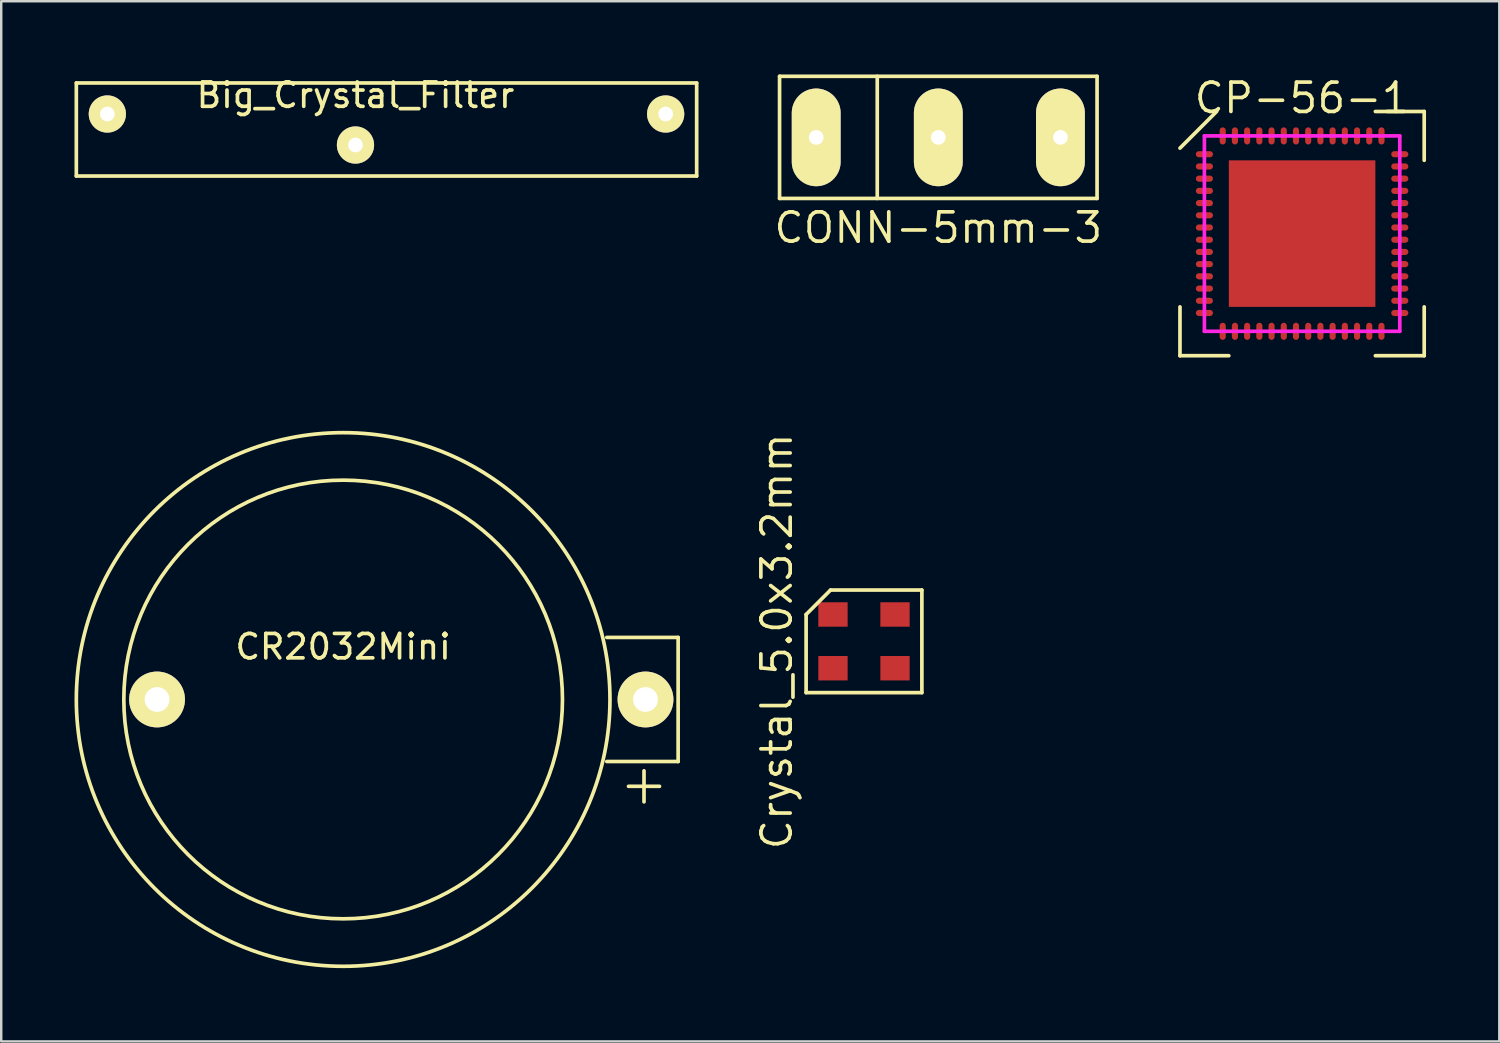
<source format=kicad_pcb>
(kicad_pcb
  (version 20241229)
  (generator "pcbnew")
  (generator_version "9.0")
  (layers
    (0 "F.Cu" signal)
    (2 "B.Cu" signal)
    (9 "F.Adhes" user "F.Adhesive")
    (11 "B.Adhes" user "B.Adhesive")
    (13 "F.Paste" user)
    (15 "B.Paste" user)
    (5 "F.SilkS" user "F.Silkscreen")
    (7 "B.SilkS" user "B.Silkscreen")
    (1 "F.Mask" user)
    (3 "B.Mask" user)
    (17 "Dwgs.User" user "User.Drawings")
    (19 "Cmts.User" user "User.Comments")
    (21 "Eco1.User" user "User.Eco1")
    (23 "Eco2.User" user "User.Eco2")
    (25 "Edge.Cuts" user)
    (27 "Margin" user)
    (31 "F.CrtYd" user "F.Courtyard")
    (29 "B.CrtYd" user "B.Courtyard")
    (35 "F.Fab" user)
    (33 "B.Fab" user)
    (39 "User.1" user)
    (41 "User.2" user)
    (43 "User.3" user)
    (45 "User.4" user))
  (footprint "CR2032Mini"
    (layer "F.Cu")
    (at 11 25.59)
    (property "Reference" "CR2032Mini" (at 0 -2.159 0) (layer "F.SilkS") (effects (font (size 1 1) (thickness 0.15))))
    (attr through_hole)
    (fp_line (start 10.795 -2.54) (end 13.716 -2.54) (stroke (width 0.15) (type solid)) (layer "F.SilkS"))
    (fp_line (start 11.684 3.556) (end 12.954 3.556) (stroke (width 0.15) (type solid)) (layer "F.SilkS"))
    (fp_line (start 12.319 2.921) (end 12.319 4.191) (stroke (width 0.15) (type solid)) (layer "F.SilkS"))
    (fp_line (start 13.716 -2.54) (end 13.716 2.54) (stroke (width 0.15) (type solid)) (layer "F.SilkS"))
    (fp_line (start 13.716 2.54) (end 10.795 2.54) (stroke (width 0.15) (type solid)) (layer "F.SilkS"))
    (fp_circle (center 0 0) (end -1.27 -8.89) (stroke (width 0.15) (type solid)) (fill no) (layer "F.SilkS"))
    (fp_circle (center 0 0) (end 6.35 8.89) (stroke (width 0.15) (type solid)) (fill no) (layer "F.SilkS"))
    (pad "1" thru_hole circle (at 12.38 0) (size 2.286 2.286) (drill 1.016) (layers "*.Cu" "*.Mask" "F.SilkS"))
    (pad "2" thru_hole circle (at -7.62 0) (size 2.286 2.286) (drill 1.016) (layers "*.Cu" "*.Mask" "F.SilkS")))
  (footprint "Crystal_5.0x3.2mm"
    (layer "F.Cu")
    (at 32.326 23.21)
    (property "Reference" "Crystal_5.0x3.2mm" (at -3.57 0 90) (layer "F.SilkS") (effects (font (size 1.2 1.2) (thickness 0.15))))
    (attr through_hole)
    (fp_line (start -2.37 -1.1) (end -2.37 2.1) (stroke (width 0.15) (type solid)) (layer "F.SilkS"))
    (fp_line (start -2.37 2.1) (end 2.37 2.1) (stroke (width 0.15) (type solid)) (layer "F.SilkS"))
    (fp_line (start -1.37 -2.1) (end -2.37 -1.1) (stroke (width 0.15) (type solid)) (layer "F.SilkS"))
    (fp_line (start 2.37 -2.1) (end -1.37 -2.1) (stroke (width 0.15) (type solid)) (layer "F.SilkS"))
    (fp_line (start 2.37 2.1) (end 2.37 -2.1) (stroke (width 0.15) (type solid)) (layer "F.SilkS"))
    (pad "1" smd rect (at -1.27 1.1) (size 1.2 1) (layers "F.Cu" "F.Mask" "F.Paste"))
    (pad "2" smd rect (at 1.27 1.1) (size 1.2 1) (layers "F.Cu" "F.Mask" "F.Paste"))
    (pad "3" smd rect (at 1.27 -1.1) (size 1.2 1) (layers "F.Cu" "F.Mask" "F.Paste"))
    (pad "4" smd rect (at -1.27 -1.1) (size 1.2 1) (layers "F.Cu" "F.Mask" "F.Paste")))
  (footprint "Big_Crystal_Filter"
    (layer "F.Cu")
    (at 11.505 0.348)
    (property "Reference" "Big_Crystal_Filter" (at 0 0.5 0) (layer "F.SilkS") (effects (font (size 1 1) (thickness 0.15))))
    (attr through_hole)
    (fp_line (start -11.43 0) (end 13.97 0) (stroke (width 0.15) (type solid)) (layer "F.SilkS"))
    (fp_line (start -11.43 3.81) (end -11.43 0) (stroke (width 0.15) (type solid)) (layer "F.SilkS"))
    (fp_line (start 13.97 0) (end 13.97 3.81) (stroke (width 0.15) (type solid)) (layer "F.SilkS"))
    (fp_line (start 13.97 3.81) (end -11.43 3.81) (stroke (width 0.15) (type solid)) (layer "F.SilkS"))
    (pad "1" thru_hole circle (at -10.16 1.27) (size 1.524 1.524) (drill 0.6) (layers "*.Cu" "*.Mask" "F.SilkS"))
    (pad "2" thru_hole circle (at 12.7 1.27) (size 1.524 1.524) (drill 0.6) (layers "*.Cu" "*.Mask" "F.SilkS"))
    (pad "3" thru_hole circle (at 0 2.54) (size 1.524 1.524) (drill 0.6) (layers "*.Cu" "*.Mask" "F.SilkS")))
  (footprint "CONN-5mm-3"
    (layer "F.Cu")
    (at 35.369 2.575)
    (property "Reference" "CONN-5mm-3" (at 0 3.7 0) (layer "F.SilkS") (effects (font (size 1.2 1.2) (thickness 0.15))))
    (attr through_hole)
    (fp_line (start -6.5 -2.5) (end 6.5 -2.5) (stroke (width 0.15) (type solid)) (layer "F.SilkS"))
    (fp_line (start -6.5 2.5) (end -6.5 -2.5) (stroke (width 0.15) (type solid)) (layer "F.SilkS"))
    (fp_line (start -2.5 -2.5) (end -2.5 2.5) (stroke (width 0.15) (type solid)) (layer "F.SilkS"))
    (fp_line (start 6.5 -2.5) (end 6.5 2.5) (stroke (width 0.15) (type solid)) (layer "F.SilkS"))
    (fp_line (start 6.5 2.5) (end -6.5 2.5) (stroke (width 0.15) (type solid)) (layer "F.SilkS"))
    (pad "1" thru_hole oval (at -5 0) (size 2 4) (drill 0.6) (layers "*.Cu" "*.Mask" "F.SilkS"))
    (pad "2" thru_hole oval (at 0 0) (size 2 4) (drill 0.6) (layers "*.Cu" "*.Mask" "F.SilkS"))
    (pad "3" thru_hole oval (at 5 0) (size 2 4) (drill 0.6) (layers "*.Cu" "*.Mask" "F.SilkS")))
  (footprint "CP-56-1"
    (layer "F.Cu")
    (at 50.264 6.515)
    (property "Reference" "CP-56-1" (at 0 -5.55 0) (layer "F.SilkS") (effects (font (size 1.2 1.2) (thickness 0.15))))
    (attr through_hole)
    (fp_line (start -5 -3.5) (end -3.5 -5) (stroke (width 0.15) (type solid)) (layer "F.SilkS"))
    (fp_line (start -5 5) (end -5 3) (stroke (width 0.15) (type solid)) (layer "F.SilkS"))
    (fp_line (start -3 5) (end -5 5) (stroke (width 0.15) (type solid)) (layer "F.SilkS"))
    (fp_line (start 3 -5) (end 5 -5) (stroke (width 0.15) (type solid)) (layer "F.SilkS"))
    (fp_line (start 3 5) (end 5 5) (stroke (width 0.15) (type solid)) (layer "F.SilkS"))
    (fp_line (start 5 -5) (end 5 -3) (stroke (width 0.15) (type solid)) (layer "F.SilkS"))
    (fp_line (start 5 5) (end 5 3) (stroke (width 0.15) (type solid)) (layer "F.SilkS"))
    (fp_line (start -4 -4) (end 4 -4) (stroke (width 0.15) (type solid)) (layer "F.CrtYd"))
    (fp_line (start -4 4) (end -4 -4) (stroke (width 0.15) (type solid)) (layer "F.CrtYd"))
    (fp_line (start 4 -4) (end 4 4) (stroke (width 0.15) (type solid)) (layer "F.CrtYd"))
    (fp_line (start 4 4) (end -4 4) (stroke (width 0.15) (type solid)) (layer "F.CrtYd"))
    (pad "1" smd oval (at -4 -3.25 90) (size 0.25 0.7) (layers "F.Cu" "F.Mask" "F.Paste"))
    (pad "2" smd oval (at -4 -2.75 90) (size 0.25 0.7) (layers "F.Cu" "F.Mask" "F.Paste"))
    (pad "3" smd oval (at -4 -2.25 90) (size 0.25 0.7) (layers "F.Cu" "F.Mask" "F.Paste"))
    (pad "4" smd oval (at -4 -1.75 90) (size 0.25 0.7) (layers "F.Cu" "F.Mask" "F.Paste"))
    (pad "5" smd oval (at -4 -1.25 90) (size 0.25 0.7) (layers "F.Cu" "F.Mask" "F.Paste"))
    (pad "6" smd oval (at -4 -0.75 90) (size 0.25 0.7) (layers "F.Cu" "F.Mask" "F.Paste"))
    (pad "6" smd rect (at 0 0) (size 6 6) (layers "F.Cu" "F.Mask" "F.Paste"))
    (pad "7" smd oval (at -4 -0.25 90) (size 0.25 0.7) (layers "F.Cu" "F.Mask" "F.Paste"))
    (pad "8" smd oval (at -4 0.25 90) (size 0.25 0.7) (layers "F.Cu" "F.Mask" "F.Paste"))
    (pad "9" smd oval (at -4 0.75 90) (size 0.25 0.7) (layers "F.Cu" "F.Mask" "F.Paste"))
    (pad "10" smd oval (at -4 1.25 90) (size 0.25 0.7) (layers "F.Cu" "F.Mask" "F.Paste"))
    (pad "11" smd oval (at -4 1.75 90) (size 0.25 0.7) (layers "F.Cu" "F.Mask" "F.Paste"))
    (pad "12" smd oval (at -4 2.25 90) (size 0.25 0.7) (layers "F.Cu" "F.Mask" "F.Paste"))
    (pad "13" smd oval (at -4 2.75 90) (size 0.25 0.7) (layers "F.Cu" "F.Mask" "F.Paste"))
    (pad "14" smd oval (at -4 3.25 90) (size 0.25 0.7) (layers "F.Cu" "F.Mask" "F.Paste"))
    (pad "15" smd oval (at -3.25 4) (size 0.25 0.7) (layers "F.Cu" "F.Mask" "F.Paste"))
    (pad "16" smd oval (at -2.75 4) (size 0.25 0.7) (layers "F.Cu" "F.Mask" "F.Paste"))
    (pad "17" smd oval (at -2.25 4) (size 0.25 0.7) (layers "F.Cu" "F.Mask" "F.Paste"))
    (pad "18" smd oval (at -1.75 4) (size 0.25 0.7) (layers "F.Cu" "F.Mask" "F.Paste"))
    (pad "19" smd oval (at -1.25 4) (size 0.25 0.7) (layers "F.Cu" "F.Mask" "F.Paste"))
    (pad "20" smd oval (at -0.75 4) (size 0.25 0.7) (layers "F.Cu" "F.Mask" "F.Paste"))
    (pad "21" smd oval (at -0.25 4) (size 0.25 0.7) (layers "F.Cu" "F.Mask" "F.Paste"))
    (pad "22" smd oval (at 0.25 4) (size 0.25 0.7) (layers "F.Cu" "F.Mask" "F.Paste"))
    (pad "23" smd oval (at 0.75 4) (size 0.25 0.7) (layers "F.Cu" "F.Mask" "F.Paste"))
    (pad "24" smd oval (at 1.25 4) (size 0.25 0.7) (layers "F.Cu" "F.Mask" "F.Paste"))
    (pad "25" smd oval (at 1.75 4) (size 0.25 0.7) (layers "F.Cu" "F.Mask" "F.Paste"))
    (pad "26" smd oval (at 2.25 4) (size 0.25 0.7) (layers "F.Cu" "F.Mask" "F.Paste"))
    (pad "27" smd oval (at 2.75 4) (size 0.25 0.7) (layers "F.Cu" "F.Mask" "F.Paste"))
    (pad "28" smd oval (at 3.25 4) (size 0.25 0.7) (layers "F.Cu" "F.Mask" "F.Paste"))
    (pad "29" smd oval (at 4 3.25 90) (size 0.25 0.7) (layers "F.Cu" "F.Mask" "F.Paste"))
    (pad "30" smd oval (at 4 2.75 90) (size 0.25 0.7) (layers "F.Cu" "F.Mask" "F.Paste"))
    (pad "31" smd oval (at 4 2.25 90) (size 0.25 0.7) (layers "F.Cu" "F.Mask" "F.Paste"))
    (pad "32" smd oval (at 4 1.75 90) (size 0.25 0.7) (layers "F.Cu" "F.Mask" "F.Paste"))
    (pad "33" smd oval (at 4 1.25 90) (size 0.25 0.7) (layers "F.Cu" "F.Mask" "F.Paste"))
    (pad "34" smd oval (at 4 0.75 90) (size 0.25 0.7) (layers "F.Cu" "F.Mask" "F.Paste"))
    (pad "35" smd oval (at 4 0.25 90) (size 0.25 0.7) (layers "F.Cu" "F.Mask" "F.Paste"))
    (pad "36" smd oval (at 4 -0.25 90) (size 0.25 0.7) (layers "F.Cu" "F.Mask" "F.Paste"))
    (pad "37" smd oval (at 4 -0.75 90) (size 0.25 0.7) (layers "F.Cu" "F.Mask" "F.Paste"))
    (pad "38" smd oval (at 4 -1.25 90) (size 0.25 0.7) (layers "F.Cu" "F.Mask" "F.Paste"))
    (pad "39" smd oval (at 4 -1.75 90) (size 0.25 0.7) (layers "F.Cu" "F.Mask" "F.Paste"))
    (pad "40" smd oval (at 4 -2.25 90) (size 0.25 0.7) (layers "F.Cu" "F.Mask" "F.Paste"))
    (pad "41" smd oval (at 4 -2.75 90) (size 0.25 0.7) (layers "F.Cu" "F.Mask" "F.Paste"))
    (pad "42" smd oval (at 4 -3.25 90) (size 0.25 0.7) (layers "F.Cu" "F.Mask" "F.Paste"))
    (pad "43" smd oval (at 3.25 -4) (size 0.25 0.7) (layers "F.Cu" "F.Mask" "F.Paste"))
    (pad "44" smd oval (at 2.75 -4) (size 0.25 0.7) (layers "F.Cu" "F.Mask" "F.Paste"))
    (pad "45" smd oval (at 2.25 -4) (size 0.25 0.7) (layers "F.Cu" "F.Mask" "F.Paste"))
    (pad "46" smd oval (at 1.75 -4) (size 0.25 0.7) (layers "F.Cu" "F.Mask" "F.Paste"))
    (pad "47" smd oval (at 1.25 -4) (size 0.25 0.7) (layers "F.Cu" "F.Mask" "F.Paste"))
    (pad "48" smd oval (at 0.75 -4) (size 0.25 0.7) (layers "F.Cu" "F.Mask" "F.Paste"))
    (pad "49" smd oval (at 0.25 -4) (size 0.25 0.7) (layers "F.Cu" "F.Mask" "F.Paste"))
    (pad "50" smd oval (at -0.25 -4) (size 0.25 0.7) (layers "F.Cu" "F.Mask" "F.Paste"))
    (pad "51" smd oval (at -0.75 -4) (size 0.25 0.7) (layers "F.Cu" "F.Mask" "F.Paste"))
    (pad "52" smd oval (at -1.25 -4) (size 0.25 0.7) (layers "F.Cu" "F.Mask" "F.Paste"))
    (pad "53" smd oval (at -1.75 -4) (size 0.25 0.7) (layers "F.Cu" "F.Mask" "F.Paste"))
    (pad "54" smd oval (at -2.25 -4) (size 0.25 0.7) (layers "F.Cu" "F.Mask" "F.Paste"))
    (pad "55" smd oval (at -2.75 -4) (size 0.25 0.7) (layers "F.Cu" "F.Mask" "F.Paste"))
    (pad "56" smd oval (at -3.25 -4) (size 0.25 0.7) (layers "F.Cu" "F.Mask" "F.Paste")))
  (gr_rect
    (start -3 -3)
    (end 58.339 39.59)
    (stroke (width 0.1) (type default))
    (fill no)
    (layer "Edge.Cuts")))
</source>
